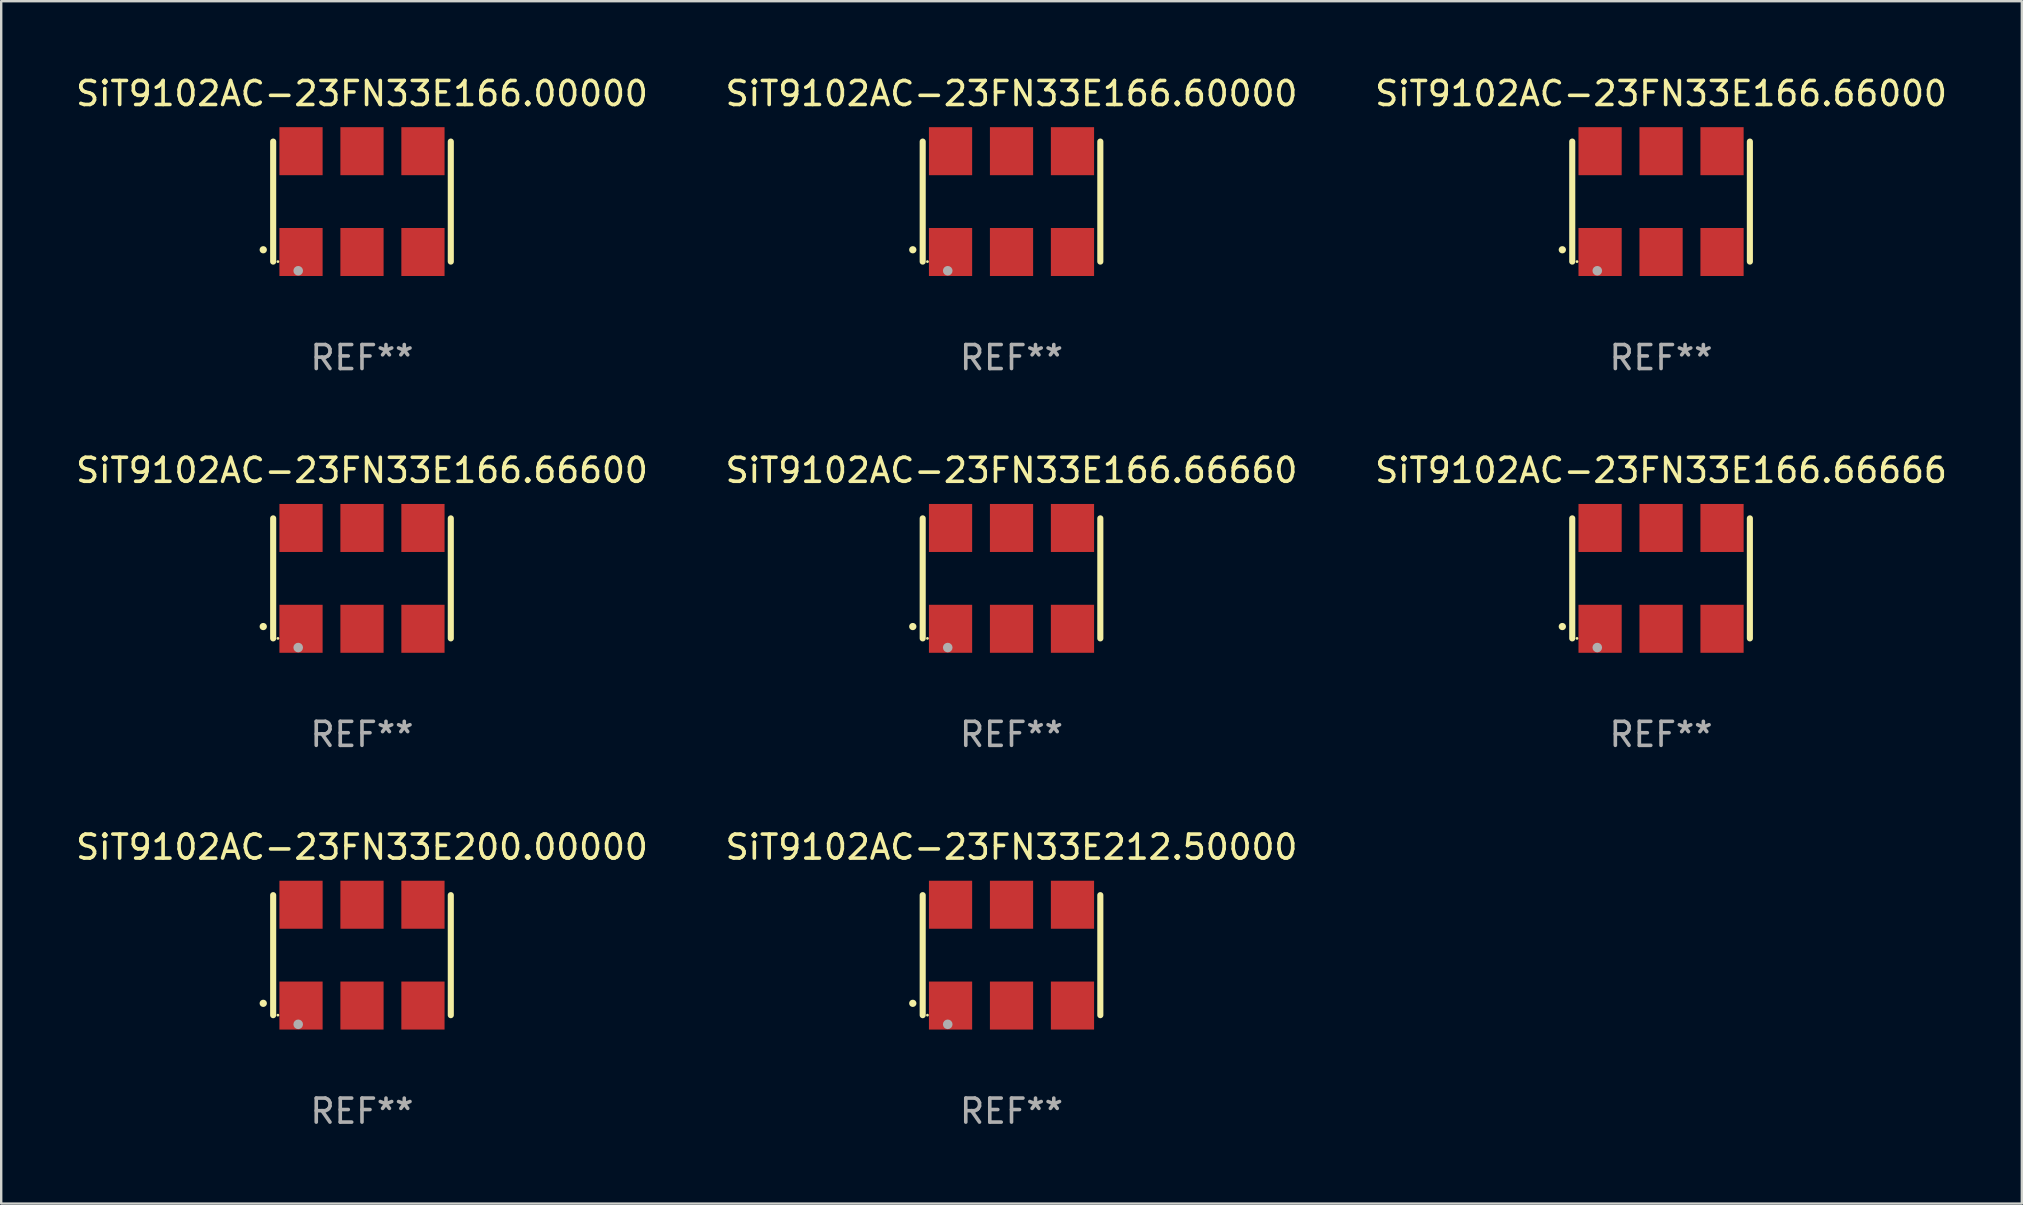
<source format=kicad_pcb>
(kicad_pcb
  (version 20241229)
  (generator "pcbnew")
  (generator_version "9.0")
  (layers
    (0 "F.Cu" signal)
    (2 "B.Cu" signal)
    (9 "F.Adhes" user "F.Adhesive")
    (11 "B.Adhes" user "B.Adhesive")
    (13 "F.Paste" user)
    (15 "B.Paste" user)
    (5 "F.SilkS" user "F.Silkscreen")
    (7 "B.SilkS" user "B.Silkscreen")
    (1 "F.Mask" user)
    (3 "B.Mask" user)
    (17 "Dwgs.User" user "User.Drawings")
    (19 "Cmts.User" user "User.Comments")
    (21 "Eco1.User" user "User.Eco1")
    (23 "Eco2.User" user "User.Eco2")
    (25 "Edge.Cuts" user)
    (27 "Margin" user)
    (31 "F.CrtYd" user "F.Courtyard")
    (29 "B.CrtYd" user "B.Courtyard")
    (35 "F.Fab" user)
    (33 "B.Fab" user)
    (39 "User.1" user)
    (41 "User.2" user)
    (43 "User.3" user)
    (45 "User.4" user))
  (footprint "SiT9102AC-23FN33E212.50000"
    (layer "F.Cu")
    (at 39.089 36.741)
    (property "Reference" "SiT9102AC-23FN33E212.50000" (at 0 -4.5 0) (layer "F.SilkS") (effects (font (size 1 1) (thickness 0.15))))
    (attr through_hole)
    (fp_line (start -3.7 -2.5) (end -3.7 2.5) (stroke (width 0.254) (type solid)) (layer "F.SilkS"))
    (fp_line (start 3.7 -2.5) (end 3.7 2.5) (stroke (width 0.254) (type solid)) (layer "F.SilkS"))
    (fp_arc (start -4.114415 2.006604) (mid -4.113145 2.006599) (end -4.111875 2.006604) (stroke (width 0.3) (type solid)) (layer "F.SilkS"))
    (fp_circle (center -3.502 2.5) (end -3.472 2.5) (stroke (width 0.06) (type solid)) (fill no) (layer "F.SilkS"))
    (fp_circle (center -2.657 2.882) (end -2.557 2.882) (stroke (width 0.2) (type solid)) (fill no) (layer "F.Fab"))
    (fp_text user "REF**" (at 0 6.5 0) (layer "F.Fab") (effects (font (size 1 1) (thickness 0.15))))
    (pad "1" smd rect (at -2.54 2.1) (size 1.8 2) (layers "F.Cu" "F.Mask" "F.Paste"))
    (pad "2" smd rect (at 0.000394 2.1) (size 1.8 2) (layers "F.Cu" "F.Mask" "F.Paste"))
    (pad "3" smd rect (at 2.54 2.1) (size 1.8 2) (layers "F.Cu" "F.Mask" "F.Paste"))
    (pad "4" smd rect (at 2.54 -2.1) (size 1.8 2) (layers "F.Cu" "F.Mask" "F.Paste"))
    (pad "5" smd rect (at 0.000394 -2.1) (size 1.8 2) (layers "F.Cu" "F.Mask" "F.Paste"))
    (pad "6" smd rect (at -2.54 -2.1) (size 1.8 2) (layers "F.Cu" "F.Mask" "F.Paste")))
  (footprint "SiT9102AC-23FN33E166.00000"
    (layer "F.Cu")
    (at 12.03 5.348)
    (property "Reference" "SiT9102AC-23FN33E166.00000" (at 0 -4.5 0) (layer "F.SilkS") (effects (font (size 1 1) (thickness 0.15))))
    (attr through_hole)
    (fp_line (start -3.7 -2.5) (end -3.7 2.5) (stroke (width 0.254) (type solid)) (layer "F.SilkS"))
    (fp_line (start 3.7 -2.5) (end 3.7 2.5) (stroke (width 0.254) (type solid)) (layer "F.SilkS"))
    (fp_arc (start -4.114415 2.006604) (mid -4.113145 2.006599) (end -4.111875 2.006604) (stroke (width 0.3) (type solid)) (layer "F.SilkS"))
    (fp_circle (center -3.502 2.5) (end -3.472 2.5) (stroke (width 0.06) (type solid)) (fill no) (layer "F.SilkS"))
    (fp_circle (center -2.657 2.882) (end -2.557 2.882) (stroke (width 0.2) (type solid)) (fill no) (layer "F.Fab"))
    (fp_text user "REF**" (at 0 6.5 0) (layer "F.Fab") (effects (font (size 1 1) (thickness 0.15))))
    (pad "1" smd rect (at -2.54 2.1) (size 1.8 2) (layers "F.Cu" "F.Mask" "F.Paste"))
    (pad "2" smd rect (at 0.000394 2.1) (size 1.8 2) (layers "F.Cu" "F.Mask" "F.Paste"))
    (pad "3" smd rect (at 2.54 2.1) (size 1.8 2) (layers "F.Cu" "F.Mask" "F.Paste"))
    (pad "4" smd rect (at 2.54 -2.1) (size 1.8 2) (layers "F.Cu" "F.Mask" "F.Paste"))
    (pad "5" smd rect (at 0.000394 -2.1) (size 1.8 2) (layers "F.Cu" "F.Mask" "F.Paste"))
    (pad "6" smd rect (at -2.54 -2.1) (size 1.8 2) (layers "F.Cu" "F.Mask" "F.Paste")))
  (footprint "SiT9102AC-23FN33E166.66600"
    (layer "F.Cu")
    (at 12.03 21.045)
    (property "Reference" "SiT9102AC-23FN33E166.66600" (at 0 -4.5 0) (layer "F.SilkS") (effects (font (size 1 1) (thickness 0.15))))
    (attr through_hole)
    (fp_line (start -3.7 -2.5) (end -3.7 2.5) (stroke (width 0.254) (type solid)) (layer "F.SilkS"))
    (fp_line (start 3.7 -2.5) (end 3.7 2.5) (stroke (width 0.254) (type solid)) (layer "F.SilkS"))
    (fp_arc (start -4.114415 2.006604) (mid -4.113145 2.006599) (end -4.111875 2.006604) (stroke (width 0.3) (type solid)) (layer "F.SilkS"))
    (fp_circle (center -3.502 2.5) (end -3.472 2.5) (stroke (width 0.06) (type solid)) (fill no) (layer "F.SilkS"))
    (fp_circle (center -2.657 2.882) (end -2.557 2.882) (stroke (width 0.2) (type solid)) (fill no) (layer "F.Fab"))
    (fp_text user "REF**" (at 0 6.5 0) (layer "F.Fab") (effects (font (size 1 1) (thickness 0.15))))
    (pad "1" smd rect (at -2.54 2.1) (size 1.8 2) (layers "F.Cu" "F.Mask" "F.Paste"))
    (pad "2" smd rect (at 0.000394 2.1) (size 1.8 2) (layers "F.Cu" "F.Mask" "F.Paste"))
    (pad "3" smd rect (at 2.54 2.1) (size 1.8 2) (layers "F.Cu" "F.Mask" "F.Paste"))
    (pad "4" smd rect (at 2.54 -2.1) (size 1.8 2) (layers "F.Cu" "F.Mask" "F.Paste"))
    (pad "5" smd rect (at 0.000394 -2.1) (size 1.8 2) (layers "F.Cu" "F.Mask" "F.Paste"))
    (pad "6" smd rect (at -2.54 -2.1) (size 1.8 2) (layers "F.Cu" "F.Mask" "F.Paste")))
  (footprint "SiT9102AC-23FN33E166.60000"
    (layer "F.Cu")
    (at 39.089 5.348)
    (property "Reference" "SiT9102AC-23FN33E166.60000" (at 0 -4.5 0) (layer "F.SilkS") (effects (font (size 1 1) (thickness 0.15))))
    (attr through_hole)
    (fp_line (start -3.7 -2.5) (end -3.7 2.5) (stroke (width 0.254) (type solid)) (layer "F.SilkS"))
    (fp_line (start 3.7 -2.5) (end 3.7 2.5) (stroke (width 0.254) (type solid)) (layer "F.SilkS"))
    (fp_arc (start -4.114415 2.006604) (mid -4.113145 2.006599) (end -4.111875 2.006604) (stroke (width 0.3) (type solid)) (layer "F.SilkS"))
    (fp_circle (center -3.502 2.5) (end -3.472 2.5) (stroke (width 0.06) (type solid)) (fill no) (layer "F.SilkS"))
    (fp_circle (center -2.657 2.882) (end -2.557 2.882) (stroke (width 0.2) (type solid)) (fill no) (layer "F.Fab"))
    (fp_text user "REF**" (at 0 6.5 0) (layer "F.Fab") (effects (font (size 1 1) (thickness 0.15))))
    (pad "1" smd rect (at -2.54 2.1) (size 1.8 2) (layers "F.Cu" "F.Mask" "F.Paste"))
    (pad "2" smd rect (at 0.000394 2.1) (size 1.8 2) (layers "F.Cu" "F.Mask" "F.Paste"))
    (pad "3" smd rect (at 2.54 2.1) (size 1.8 2) (layers "F.Cu" "F.Mask" "F.Paste"))
    (pad "4" smd rect (at 2.54 -2.1) (size 1.8 2) (layers "F.Cu" "F.Mask" "F.Paste"))
    (pad "5" smd rect (at 0.000394 -2.1) (size 1.8 2) (layers "F.Cu" "F.Mask" "F.Paste"))
    (pad "6" smd rect (at -2.54 -2.1) (size 1.8 2) (layers "F.Cu" "F.Mask" "F.Paste")))
  (footprint "SiT9102AC-23FN33E166.66666"
    (layer "F.Cu")
    (at 66.149 21.045)
    (property "Reference" "SiT9102AC-23FN33E166.66666" (at 0 -4.5 0) (layer "F.SilkS") (effects (font (size 1 1) (thickness 0.15))))
    (attr through_hole)
    (fp_line (start -3.7 -2.5) (end -3.7 2.5) (stroke (width 0.254) (type solid)) (layer "F.SilkS"))
    (fp_line (start 3.7 -2.5) (end 3.7 2.5) (stroke (width 0.254) (type solid)) (layer "F.SilkS"))
    (fp_arc (start -4.114415 2.006604) (mid -4.113145 2.006599) (end -4.111875 2.006604) (stroke (width 0.3) (type solid)) (layer "F.SilkS"))
    (fp_circle (center -3.502 2.5) (end -3.472 2.5) (stroke (width 0.06) (type solid)) (fill no) (layer "F.SilkS"))
    (fp_circle (center -2.657 2.882) (end -2.557 2.882) (stroke (width 0.2) (type solid)) (fill no) (layer "F.Fab"))
    (fp_text user "REF**" (at 0 6.5 0) (layer "F.Fab") (effects (font (size 1 1) (thickness 0.15))))
    (pad "1" smd rect (at -2.54 2.1) (size 1.8 2) (layers "F.Cu" "F.Mask" "F.Paste"))
    (pad "2" smd rect (at 0.000394 2.1) (size 1.8 2) (layers "F.Cu" "F.Mask" "F.Paste"))
    (pad "3" smd rect (at 2.54 2.1) (size 1.8 2) (layers "F.Cu" "F.Mask" "F.Paste"))
    (pad "4" smd rect (at 2.54 -2.1) (size 1.8 2) (layers "F.Cu" "F.Mask" "F.Paste"))
    (pad "5" smd rect (at 0.000394 -2.1) (size 1.8 2) (layers "F.Cu" "F.Mask" "F.Paste"))
    (pad "6" smd rect (at -2.54 -2.1) (size 1.8 2) (layers "F.Cu" "F.Mask" "F.Paste")))
  (footprint "SiT9102AC-23FN33E200.00000"
    (layer "F.Cu")
    (at 12.03 36.741)
    (property "Reference" "SiT9102AC-23FN33E200.00000" (at 0 -4.5 0) (layer "F.SilkS") (effects (font (size 1 1) (thickness 0.15))))
    (attr through_hole)
    (fp_line (start -3.7 -2.5) (end -3.7 2.5) (stroke (width 0.254) (type solid)) (layer "F.SilkS"))
    (fp_line (start 3.7 -2.5) (end 3.7 2.5) (stroke (width 0.254) (type solid)) (layer "F.SilkS"))
    (fp_arc (start -4.114415 2.006604) (mid -4.113145 2.006599) (end -4.111875 2.006604) (stroke (width 0.3) (type solid)) (layer "F.SilkS"))
    (fp_circle (center -3.502 2.5) (end -3.472 2.5) (stroke (width 0.06) (type solid)) (fill no) (layer "F.SilkS"))
    (fp_circle (center -2.657 2.882) (end -2.557 2.882) (stroke (width 0.2) (type solid)) (fill no) (layer "F.Fab"))
    (fp_text user "REF**" (at 0 6.5 0) (layer "F.Fab") (effects (font (size 1 1) (thickness 0.15))))
    (pad "1" smd rect (at -2.54 2.1) (size 1.8 2) (layers "F.Cu" "F.Mask" "F.Paste"))
    (pad "2" smd rect (at 0.000394 2.1) (size 1.8 2) (layers "F.Cu" "F.Mask" "F.Paste"))
    (pad "3" smd rect (at 2.54 2.1) (size 1.8 2) (layers "F.Cu" "F.Mask" "F.Paste"))
    (pad "4" smd rect (at 2.54 -2.1) (size 1.8 2) (layers "F.Cu" "F.Mask" "F.Paste"))
    (pad "5" smd rect (at 0.000394 -2.1) (size 1.8 2) (layers "F.Cu" "F.Mask" "F.Paste"))
    (pad "6" smd rect (at -2.54 -2.1) (size 1.8 2) (layers "F.Cu" "F.Mask" "F.Paste")))
  (footprint "SiT9102AC-23FN33E166.66000"
    (layer "F.Cu")
    (at 66.149 5.348)
    (property "Reference" "SiT9102AC-23FN33E166.66000" (at 0 -4.5 0) (layer "F.SilkS") (effects (font (size 1 1) (thickness 0.15))))
    (attr through_hole)
    (fp_line (start -3.7 -2.5) (end -3.7 2.5) (stroke (width 0.254) (type solid)) (layer "F.SilkS"))
    (fp_line (start 3.7 -2.5) (end 3.7 2.5) (stroke (width 0.254) (type solid)) (layer "F.SilkS"))
    (fp_arc (start -4.114415 2.006604) (mid -4.113145 2.006599) (end -4.111875 2.006604) (stroke (width 0.3) (type solid)) (layer "F.SilkS"))
    (fp_circle (center -3.502 2.5) (end -3.472 2.5) (stroke (width 0.06) (type solid)) (fill no) (layer "F.SilkS"))
    (fp_circle (center -2.657 2.882) (end -2.557 2.882) (stroke (width 0.2) (type solid)) (fill no) (layer "F.Fab"))
    (fp_text user "REF**" (at 0 6.5 0) (layer "F.Fab") (effects (font (size 1 1) (thickness 0.15))))
    (pad "1" smd rect (at -2.54 2.1) (size 1.8 2) (layers "F.Cu" "F.Mask" "F.Paste"))
    (pad "2" smd rect (at 0.000394 2.1) (size 1.8 2) (layers "F.Cu" "F.Mask" "F.Paste"))
    (pad "3" smd rect (at 2.54 2.1) (size 1.8 2) (layers "F.Cu" "F.Mask" "F.Paste"))
    (pad "4" smd rect (at 2.54 -2.1) (size 1.8 2) (layers "F.Cu" "F.Mask" "F.Paste"))
    (pad "5" smd rect (at 0.000394 -2.1) (size 1.8 2) (layers "F.Cu" "F.Mask" "F.Paste"))
    (pad "6" smd rect (at -2.54 -2.1) (size 1.8 2) (layers "F.Cu" "F.Mask" "F.Paste")))
  (footprint "SiT9102AC-23FN33E166.66660"
    (layer "F.Cu")
    (at 39.089 21.045)
    (property "Reference" "SiT9102AC-23FN33E166.66660" (at 0 -4.5 0) (layer "F.SilkS") (effects (font (size 1 1) (thickness 0.15))))
    (attr through_hole)
    (fp_line (start -3.7 -2.5) (end -3.7 2.5) (stroke (width 0.254) (type solid)) (layer "F.SilkS"))
    (fp_line (start 3.7 -2.5) (end 3.7 2.5) (stroke (width 0.254) (type solid)) (layer "F.SilkS"))
    (fp_arc (start -4.114415 2.006604) (mid -4.113145 2.006599) (end -4.111875 2.006604) (stroke (width 0.3) (type solid)) (layer "F.SilkS"))
    (fp_circle (center -3.502 2.5) (end -3.472 2.5) (stroke (width 0.06) (type solid)) (fill no) (layer "F.SilkS"))
    (fp_circle (center -2.657 2.882) (end -2.557 2.882) (stroke (width 0.2) (type solid)) (fill no) (layer "F.Fab"))
    (fp_text user "REF**" (at 0 6.5 0) (layer "F.Fab") (effects (font (size 1 1) (thickness 0.15))))
    (pad "1" smd rect (at -2.54 2.1) (size 1.8 2) (layers "F.Cu" "F.Mask" "F.Paste"))
    (pad "2" smd rect (at 0.000394 2.1) (size 1.8 2) (layers "F.Cu" "F.Mask" "F.Paste"))
    (pad "3" smd rect (at 2.54 2.1) (size 1.8 2) (layers "F.Cu" "F.Mask" "F.Paste"))
    (pad "4" smd rect (at 2.54 -2.1) (size 1.8 2) (layers "F.Cu" "F.Mask" "F.Paste"))
    (pad "5" smd rect (at 0.000394 -2.1) (size 1.8 2) (layers "F.Cu" "F.Mask" "F.Paste"))
    (pad "6" smd rect (at -2.54 -2.1) (size 1.8 2) (layers "F.Cu" "F.Mask" "F.Paste")))
  (gr_rect
    (start -3 -3)
    (end 81.179 47.09)
    (stroke (width 0.1) (type default))
    (fill no)
    (layer "Edge.Cuts")))
</source>
